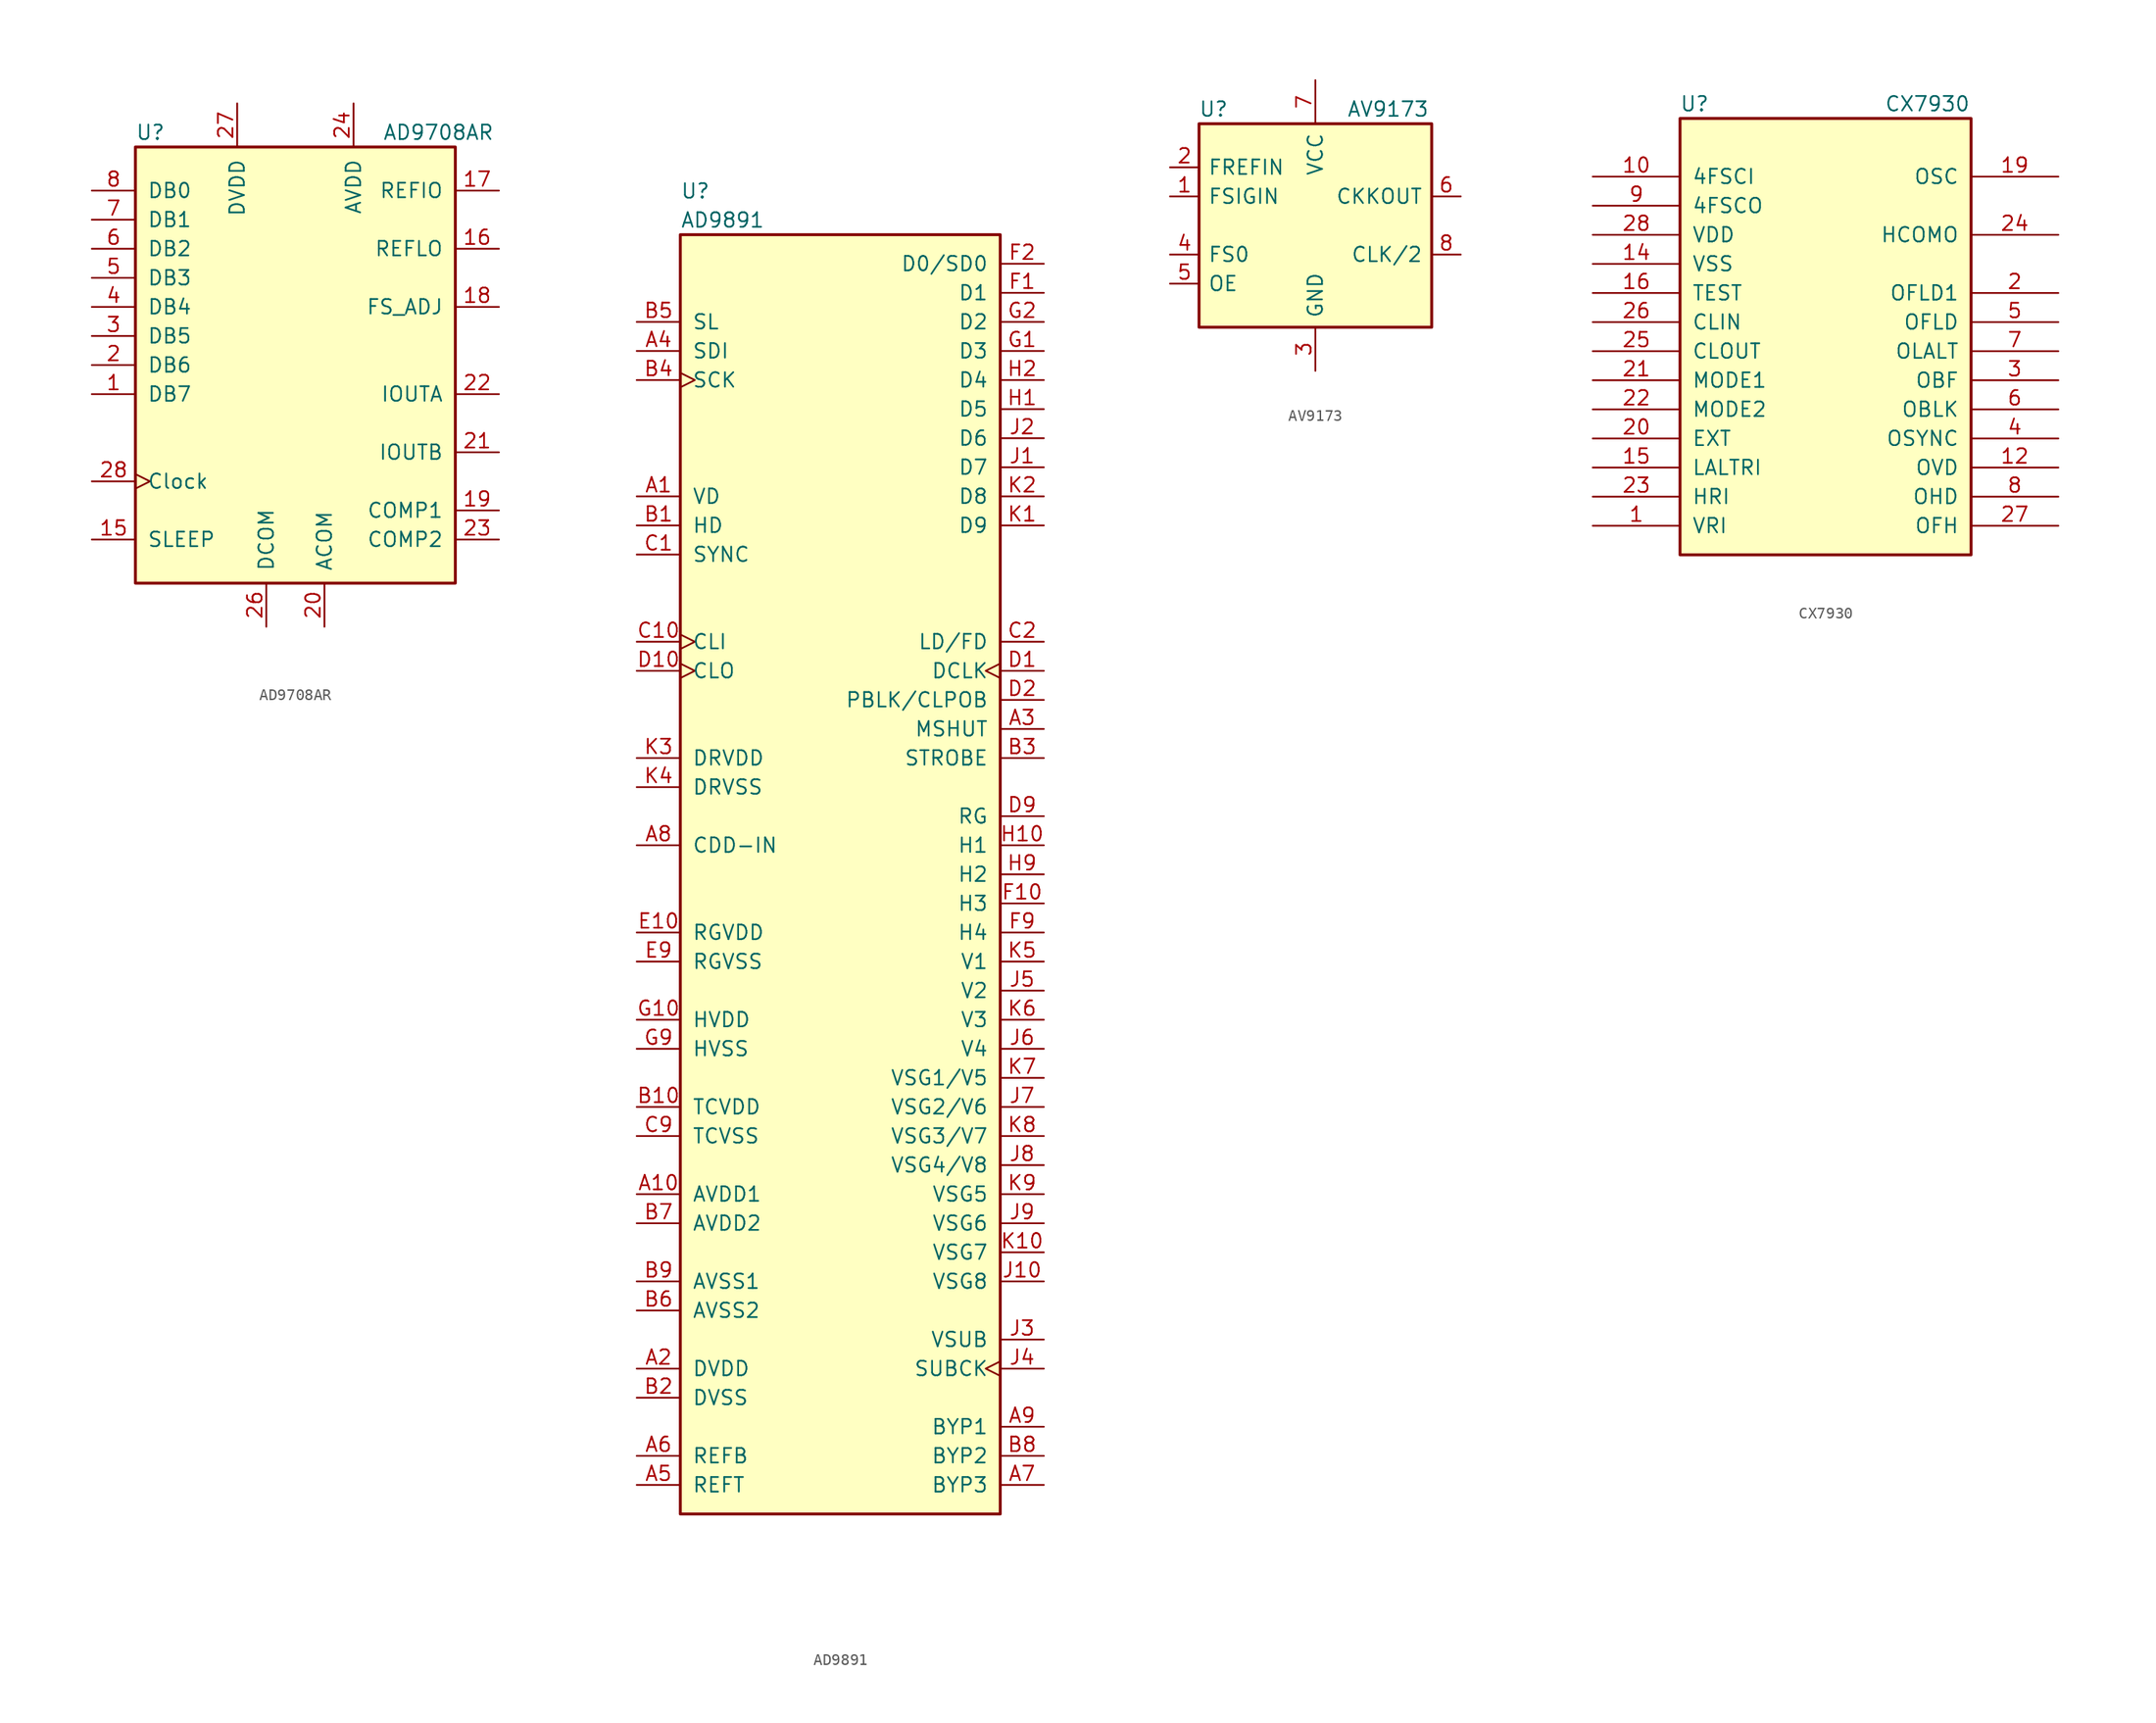
<source format=kicad_sym>
(kicad_symbol_lib
  (version 20201005)
  (generator kicad_symbol_editor)
  (symbol "AD9708AR"
    (pin_names
      (offset 1.016))
    (property "Reference" "U"
      (at -13.97 20.32 0)
      (effects (font (size 1.27 1.27)) (justify left)))
    (property "Value" "AD9708AR"
      (at 7.62 20.32 0)
      (effects (font (size 1.27 1.27)) (justify left)))
    (symbol "AD9708AR_0_1"
      (rectangle (start -13.97 19.05) (end 13.97 -19.05) (stroke (width 0.254)) (fill (type background))))
    (symbol "AD9708AR_1_1"
      (pin input line (at -17.78 -2.54 0) (length 3.81) (name "DB7" (effects (font (size 1.27 1.27)))) (number "1" (effects (font (size 1.27 1.27)))))
      (pin input line (at -17.78 -15.24 0) (length 3.81) (name "SLEEP" (effects (font (size 1.27 1.27)))) (number "15" (effects (font (size 1.27 1.27)))))
      (pin power_in line (at 17.78 10.16 180) (length 3.81) (name "REFLO" (effects (font (size 1.27 1.27)))) (number "16" (effects (font (size 1.27 1.27)))))
      (pin bidirectional line (at 17.78 15.24 180) (length 3.81) (name "REFIO" (effects (font (size 1.27 1.27)))) (number "17" (effects (font (size 1.27 1.27)))))
      (pin output line (at 17.78 5.08 180) (length 3.81) (name "FS_ADJ" (effects (font (size 1.27 1.27)))) (number "18" (effects (font (size 1.27 1.27)))))
      (pin bidirectional line (at 17.78 -12.7 180) (length 3.81) (name "COMP1" (effects (font (size 1.27 1.27)))) (number "19" (effects (font (size 1.27 1.27)))))
      (pin input line (at -17.78 0 0) (length 3.81) (name "DB6" (effects (font (size 1.27 1.27)))) (number "2" (effects (font (size 1.27 1.27)))))
      (pin power_in line (at 2.54 -22.86 90) (length 3.81) (name "ACOM" (effects (font (size 1.27 1.27)))) (number "20" (effects (font (size 1.27 1.27)))))
      (pin output line (at 17.78 -7.62 180) (length 3.81) (name "IOUTB" (effects (font (size 1.27 1.27)))) (number "21" (effects (font (size 1.27 1.27)))))
      (pin output line (at 17.78 -2.54 180) (length 3.81) (name "IOUTA" (effects (font (size 1.27 1.27)))) (number "22" (effects (font (size 1.27 1.27)))))
      (pin bidirectional line (at 17.78 -15.24 180) (length 3.81) (name "COMP2" (effects (font (size 1.27 1.27)))) (number "23" (effects (font (size 1.27 1.27)))))
      (pin power_in line (at 5.08 22.86 270) (length 3.81) (name "AVDD" (effects (font (size 1.27 1.27)))) (number "24" (effects (font (size 1.27 1.27)))))
      (pin power_in line (at -2.54 -22.86 90) (length 3.81) (name "DCOM" (effects (font (size 1.27 1.27)))) (number "26" (effects (font (size 1.27 1.27)))))
      (pin power_in line (at -5.08 22.86 270) (length 3.81) (name "DVDD" (effects (font (size 1.27 1.27)))) (number "27" (effects (font (size 1.27 1.27)))))
      (pin input clock (at -17.78 -10.16 0) (length 3.81) (name "Clock" (effects (font (size 1.27 1.27)))) (number "28" (effects (font (size 1.27 1.27)))))
      (pin input line (at -17.78 2.54 0) (length 3.81) (name "DB5" (effects (font (size 1.27 1.27)))) (number "3" (effects (font (size 1.27 1.27)))))
      (pin input line (at -17.78 5.08 0) (length 3.81) (name "DB4" (effects (font (size 1.27 1.27)))) (number "4" (effects (font (size 1.27 1.27)))))
      (pin input line (at -17.78 7.62 0) (length 3.81) (name "DB3" (effects (font (size 1.27 1.27)))) (number "5" (effects (font (size 1.27 1.27)))))
      (pin input line (at -17.78 10.16 0) (length 3.81) (name "DB2" (effects (font (size 1.27 1.27)))) (number "6" (effects (font (size 1.27 1.27)))))
      (pin input line (at -17.78 12.7 0) (length 3.81) (name "DB1" (effects (font (size 1.27 1.27)))) (number "7" (effects (font (size 1.27 1.27)))))
      (pin input line (at -17.78 15.24 0) (length 3.81) (name "DB0" (effects (font (size 1.27 1.27)))) (number "8" (effects (font (size 1.27 1.27)))))))
  (symbol "AD9891"
    (pin_names
      (offset 1.016))
    (property "Reference" "U"
      (at -13.97 59.69 0)
      (effects (font (size 1.27 1.27)) (justify left)))
    (property "Value" "AD9891"
      (at -13.97 57.15 0)
      (effects (font (size 1.27 1.27)) (justify left)))
    (symbol "AD9891_0_1"
      (rectangle (start 13.97 -55.88) (end -13.97 55.88) (stroke (width 0.254)) (fill (type background))))
    (symbol "AD9891_1_1"
      (pin bidirectional line (at -17.78 33.02 0) (length 3.81) (name "VD" (effects (font (size 1.27 1.27)))) (number "A1" (effects (font (size 1.27 1.27)))))
      (pin power_in line (at -17.78 -27.94 0) (length 3.81) (name "AVDD1" (effects (font (size 1.27 1.27)))) (number "A10" (effects (font (size 1.27 1.27)))))
      (pin power_in line (at -17.78 -43.18 0) (length 3.81) (name "DVDD" (effects (font (size 1.27 1.27)))) (number "A2" (effects (font (size 1.27 1.27)))))
      (pin output line (at 17.78 12.7 180) (length 3.81) (name "MSHUT" (effects (font (size 1.27 1.27)))) (number "A3" (effects (font (size 1.27 1.27)))))
      (pin input line (at -17.78 45.72 0) (length 3.81) (name "SDI" (effects (font (size 1.27 1.27)))) (number "A4" (effects (font (size 1.27 1.27)))))
      (pin output line (at -17.78 -53.34 0) (length 3.81) (name "REFT" (effects (font (size 1.27 1.27)))) (number "A5" (effects (font (size 1.27 1.27)))))
      (pin output line (at -17.78 -50.8 0) (length 3.81) (name "REFB" (effects (font (size 1.27 1.27)))) (number "A6" (effects (font (size 1.27 1.27)))))
      (pin output line (at 17.78 -53.34 180) (length 3.81) (name "BYP3" (effects (font (size 1.27 1.27)))) (number "A7" (effects (font (size 1.27 1.27)))))
      (pin input line (at -17.78 2.54 0) (length 3.81) (name "CDD-IN" (effects (font (size 1.27 1.27)))) (number "A8" (effects (font (size 1.27 1.27)))))
      (pin output line (at 17.78 -48.26 180) (length 3.81) (name "BYP1" (effects (font (size 1.27 1.27)))) (number "A9" (effects (font (size 1.27 1.27)))))
      (pin bidirectional line (at -17.78 30.48 0) (length 3.81) (name "HD" (effects (font (size 1.27 1.27)))) (number "B1" (effects (font (size 1.27 1.27)))))
      (pin power_in line (at -17.78 -20.32 0) (length 3.81) (name "TCVDD" (effects (font (size 1.27 1.27)))) (number "B10" (effects (font (size 1.27 1.27)))))
      (pin power_in line (at -17.78 -45.72 0) (length 3.81) (name "DVSS" (effects (font (size 1.27 1.27)))) (number "B2" (effects (font (size 1.27 1.27)))))
      (pin output line (at 17.78 10.16 180) (length 3.81) (name "STROBE" (effects (font (size 1.27 1.27)))) (number "B3" (effects (font (size 1.27 1.27)))))
      (pin input clock (at -17.78 43.18 0) (length 3.81) (name "SCK" (effects (font (size 1.27 1.27)))) (number "B4" (effects (font (size 1.27 1.27)))))
      (pin input line (at -17.78 48.26 0) (length 3.81) (name "SL" (effects (font (size 1.27 1.27)))) (number "B5" (effects (font (size 1.27 1.27)))))
      (pin power_in line (at -17.78 -38.1 0) (length 3.81) (name "AVSS2" (effects (font (size 1.27 1.27)))) (number "B6" (effects (font (size 1.27 1.27)))))
      (pin power_in line (at -17.78 -30.48 0) (length 3.81) (name "AVDD2" (effects (font (size 1.27 1.27)))) (number "B7" (effects (font (size 1.27 1.27)))))
      (pin output line (at 17.78 -50.8 180) (length 3.81) (name "BYP2" (effects (font (size 1.27 1.27)))) (number "B8" (effects (font (size 1.27 1.27)))))
      (pin power_in line (at -17.78 -35.56 0) (length 3.81) (name "AVSS1" (effects (font (size 1.27 1.27)))) (number "B9" (effects (font (size 1.27 1.27)))))
      (pin input line (at -17.78 27.94 0) (length 3.81) (name "SYNC" (effects (font (size 1.27 1.27)))) (number "C1" (effects (font (size 1.27 1.27)))))
      (pin input clock (at -17.78 20.32 0) (length 3.81) (name "CLI" (effects (font (size 1.27 1.27)))) (number "C10" (effects (font (size 1.27 1.27)))))
      (pin output line (at 17.78 20.32 180) (length 3.81) (name "LD/FD" (effects (font (size 1.27 1.27)))) (number "C2" (effects (font (size 1.27 1.27)))))
      (pin power_in line (at -17.78 -22.86 0) (length 3.81) (name "TCVSS" (effects (font (size 1.27 1.27)))) (number "C9" (effects (font (size 1.27 1.27)))))
      (pin output clock (at 17.78 17.78 180) (length 3.81) (name "DCLK" (effects (font (size 1.27 1.27)))) (number "D1" (effects (font (size 1.27 1.27)))))
      (pin output clock (at -17.78 17.78 0) (length 3.81) (name "CLO" (effects (font (size 1.27 1.27)))) (number "D10" (effects (font (size 1.27 1.27)))))
      (pin output line (at 17.78 15.24 180) (length 3.81) (name "PBLK/CLPOB" (effects (font (size 1.27 1.27)))) (number "D2" (effects (font (size 1.27 1.27)))))
      (pin output line (at 17.78 5.08 180) (length 3.81) (name "RG" (effects (font (size 1.27 1.27)))) (number "D9" (effects (font (size 1.27 1.27)))))
      (pin power_in line (at -17.78 -5.08 0) (length 3.81) (name "RGVDD" (effects (font (size 1.27 1.27)))) (number "E10" (effects (font (size 1.27 1.27)))))
      (pin power_in line (at -17.78 -7.62 0) (length 3.81) (name "RGVSS" (effects (font (size 1.27 1.27)))) (number "E9" (effects (font (size 1.27 1.27)))))
      (pin output line (at 17.78 50.8 180) (length 3.81) (name "D1" (effects (font (size 1.27 1.27)))) (number "F1" (effects (font (size 1.27 1.27)))))
      (pin output line (at 17.78 -2.54 180) (length 3.81) (name "H3" (effects (font (size 1.27 1.27)))) (number "F10" (effects (font (size 1.27 1.27)))))
      (pin output line (at 17.78 53.34 180) (length 3.81) (name "D0/SD0" (effects (font (size 1.27 1.27)))) (number "F2" (effects (font (size 1.27 1.27)))))
      (pin output line (at 17.78 -5.08 180) (length 3.81) (name "H4" (effects (font (size 1.27 1.27)))) (number "F9" (effects (font (size 1.27 1.27)))))
      (pin output line (at 17.78 45.72 180) (length 3.81) (name "D3" (effects (font (size 1.27 1.27)))) (number "G1" (effects (font (size 1.27 1.27)))))
      (pin power_in line (at -17.78 -12.7 0) (length 3.81) (name "HVDD" (effects (font (size 1.27 1.27)))) (number "G10" (effects (font (size 1.27 1.27)))))
      (pin output line (at 17.78 48.26 180) (length 3.81) (name "D2" (effects (font (size 1.27 1.27)))) (number "G2" (effects (font (size 1.27 1.27)))))
      (pin power_in line (at -17.78 -15.24 0) (length 3.81) (name "HVSS" (effects (font (size 1.27 1.27)))) (number "G9" (effects (font (size 1.27 1.27)))))
      (pin output line (at 17.78 40.64 180) (length 3.81) (name "D5" (effects (font (size 1.27 1.27)))) (number "H1" (effects (font (size 1.27 1.27)))))
      (pin output line (at 17.78 2.54 180) (length 3.81) (name "H1" (effects (font (size 1.27 1.27)))) (number "H10" (effects (font (size 1.27 1.27)))))
      (pin output line (at 17.78 43.18 180) (length 3.81) (name "D4" (effects (font (size 1.27 1.27)))) (number "H2" (effects (font (size 1.27 1.27)))))
      (pin output line (at 17.78 0 180) (length 3.81) (name "H2" (effects (font (size 1.27 1.27)))) (number "H9" (effects (font (size 1.27 1.27)))))
      (pin output line (at 17.78 35.56 180) (length 3.81) (name "D7" (effects (font (size 1.27 1.27)))) (number "J1" (effects (font (size 1.27 1.27)))))
      (pin output line (at 17.78 -35.56 180) (length 3.81) (name "VSG8" (effects (font (size 1.27 1.27)))) (number "J10" (effects (font (size 1.27 1.27)))))
      (pin output line (at 17.78 38.1 180) (length 3.81) (name "D6" (effects (font (size 1.27 1.27)))) (number "J2" (effects (font (size 1.27 1.27)))))
      (pin output line (at 17.78 -40.64 180) (length 3.81) (name "VSUB" (effects (font (size 1.27 1.27)))) (number "J3" (effects (font (size 1.27 1.27)))))
      (pin output clock (at 17.78 -43.18 180) (length 3.81) (name "SUBCK" (effects (font (size 1.27 1.27)))) (number "J4" (effects (font (size 1.27 1.27)))))
      (pin output line (at 17.78 -10.16 180) (length 3.81) (name "V2" (effects (font (size 1.27 1.27)))) (number "J5" (effects (font (size 1.27 1.27)))))
      (pin output line (at 17.78 -15.24 180) (length 3.81) (name "V4" (effects (font (size 1.27 1.27)))) (number "J6" (effects (font (size 1.27 1.27)))))
      (pin output line (at 17.78 -20.32 180) (length 3.81) (name "VSG2/V6" (effects (font (size 1.27 1.27)))) (number "J7" (effects (font (size 1.27 1.27)))))
      (pin output line (at 17.78 -25.4 180) (length 3.81) (name "VSG4/V8" (effects (font (size 1.27 1.27)))) (number "J8" (effects (font (size 1.27 1.27)))))
      (pin output line (at 17.78 -30.48 180) (length 3.81) (name "VSG6" (effects (font (size 1.27 1.27)))) (number "J9" (effects (font (size 1.27 1.27)))))
      (pin input line (at 17.78 30.48 180) (length 3.81) (name "D9" (effects (font (size 1.27 1.27)))) (number "K1" (effects (font (size 1.27 1.27)))))
      (pin output line (at 17.78 -33.02 180) (length 3.81) (name "VSG7" (effects (font (size 1.27 1.27)))) (number "K10" (effects (font (size 1.27 1.27)))))
      (pin output line (at 17.78 33.02 180) (length 3.81) (name "D8" (effects (font (size 1.27 1.27)))) (number "K2" (effects (font (size 1.27 1.27)))))
      (pin power_out line (at -17.78 10.16 0) (length 3.81) (name "DRVDD" (effects (font (size 1.27 1.27)))) (number "K3" (effects (font (size 1.27 1.27)))))
      (pin power_out line (at -17.78 7.62 0) (length 3.81) (name "DRVSS" (effects (font (size 1.27 1.27)))) (number "K4" (effects (font (size 1.27 1.27)))))
      (pin output line (at 17.78 -7.62 180) (length 3.81) (name "V1" (effects (font (size 1.27 1.27)))) (number "K5" (effects (font (size 1.27 1.27)))))
      (pin output line (at 17.78 -12.7 180) (length 3.81) (name "V3" (effects (font (size 1.27 1.27)))) (number "K6" (effects (font (size 1.27 1.27)))))
      (pin output line (at 17.78 -17.78 180) (length 3.81) (name "VSG1/V5" (effects (font (size 1.27 1.27)))) (number "K7" (effects (font (size 1.27 1.27)))))
      (pin output line (at 17.78 -22.86 180) (length 3.81) (name "VSG3/V7" (effects (font (size 1.27 1.27)))) (number "K8" (effects (font (size 1.27 1.27)))))
      (pin output line (at 17.78 -27.94 180) (length 3.81) (name "VSG5" (effects (font (size 1.27 1.27)))) (number "K9" (effects (font (size 1.27 1.27)))))))
  (symbol "AV9173"
    (pin_names
      (offset 0.762))
    (property "Reference" "U"
      (at -8.89 10.16 0)
      (effects (font (size 1.27 1.27))))
    (property "Value" "AV9173"
      (at 6.35 10.16 0)
      (effects (font (size 1.27 1.27))))
    (symbol "AV9173_0_1"
      (rectangle (start -10.16 8.89) (end 10.16 -8.89) (stroke (width 0.254)) (fill (type background))))
    (symbol "AV9173_1_1"
      (pin input line (at -12.7 2.54 0) (length 2.54) (name "FSIGIN" (effects (font (size 1.27 1.27)))) (number "1" (effects (font (size 1.27 1.27)))))
      (pin input line (at -12.7 5.08 0) (length 2.54) (name "FREFIN" (effects (font (size 1.27 1.27)))) (number "2" (effects (font (size 1.27 1.27)))))
      (pin input line (at 0 -12.7 90) (length 3.81) (name "GND" (effects (font (size 1.27 1.27)))) (number "3" (effects (font (size 1.27 1.27)))))
      (pin input line (at -12.7 -2.54 0) (length 2.54) (name "FS0" (effects (font (size 1.27 1.27)))) (number "4" (effects (font (size 1.27 1.27)))))
      (pin input line (at -12.7 -5.08 0) (length 2.54) (name "OE" (effects (font (size 1.27 1.27)))) (number "5" (effects (font (size 1.27 1.27)))))
      (pin tri_state line (at 12.7 2.54 180) (length 2.54) (name "CKKOUT" (effects (font (size 1.27 1.27)))) (number "6" (effects (font (size 1.27 1.27)))))
      (pin input line (at 0 12.7 270) (length 3.81) (name "VCC" (effects (font (size 1.27 1.27)))) (number "7" (effects (font (size 1.27 1.27)))))
      (pin tri_state line (at 12.7 -2.54 180) (length 2.54) (name "CLK/2" (effects (font (size 1.27 1.27)))) (number "8" (effects (font (size 1.27 1.27)))))))
  (symbol "CX7930"
    (pin_names
      (offset 1.016))
    (property "Reference" "U"
      (at -11.43 20.32 0)
      (effects (font (size 1.27 1.27))))
    (property "Value" "CX7930"
      (at 8.89 20.32 0)
      (effects (font (size 1.27 1.27))))
    (symbol "CX7930_0_1"
      (rectangle (start -12.7 -19.05) (end 12.7 19.05) (stroke (width 0.254)) (fill (type background))))
    (symbol "CX7930_1_1"
      (pin input line (at -20.32 -16.51 0) (length 7.62) (name "VRI" (effects (font (size 1.27 1.27)))) (number "1" (effects (font (size 1.27 1.27)))))
      (pin input line (at -20.32 13.97 0) (length 7.62) (name "4FSCI" (effects (font (size 1.27 1.27)))) (number "10" (effects (font (size 1.27 1.27)))))
      (pin output line (at 20.32 -11.43 180) (length 7.62) (name "OVD" (effects (font (size 1.27 1.27)))) (number "12" (effects (font (size 1.27 1.27)))))
      (pin input line (at -20.32 6.35 0) (length 7.62) (name "VSS" (effects (font (size 1.27 1.27)))) (number "14" (effects (font (size 1.27 1.27)))))
      (pin input line (at -20.32 -11.43 0) (length 7.62) (name "LALTRI" (effects (font (size 1.27 1.27)))) (number "15" (effects (font (size 1.27 1.27)))))
      (pin input line (at -20.32 3.81 0) (length 7.62) (name "TEST" (effects (font (size 1.27 1.27)))) (number "16" (effects (font (size 1.27 1.27)))))
      (pin output line (at 20.32 13.97 180) (length 7.62) (name "OSC" (effects (font (size 1.27 1.27)))) (number "19" (effects (font (size 1.27 1.27)))))
      (pin output line (at 20.32 3.81 180) (length 7.62) (name "OFLD1" (effects (font (size 1.27 1.27)))) (number "2" (effects (font (size 1.27 1.27)))))
      (pin input line (at -20.32 -8.89 0) (length 7.62) (name "EXT" (effects (font (size 1.27 1.27)))) (number "20" (effects (font (size 1.27 1.27)))))
      (pin input line (at -20.32 -3.81 0) (length 7.62) (name "MODE1" (effects (font (size 1.27 1.27)))) (number "21" (effects (font (size 1.27 1.27)))))
      (pin input line (at -20.32 -6.35 0) (length 7.62) (name "MODE2" (effects (font (size 1.27 1.27)))) (number "22" (effects (font (size 1.27 1.27)))))
      (pin input line (at -20.32 -13.97 0) (length 7.62) (name "HRI" (effects (font (size 1.27 1.27)))) (number "23" (effects (font (size 1.27 1.27)))))
      (pin output line (at 20.32 8.89 180) (length 7.62) (name "HCOMO" (effects (font (size 1.27 1.27)))) (number "24" (effects (font (size 1.27 1.27)))))
      (pin output line (at -20.32 -1.27 0) (length 7.62) (name "CLOUT" (effects (font (size 1.27 1.27)))) (number "25" (effects (font (size 1.27 1.27)))))
      (pin input line (at -20.32 1.27 0) (length 7.62) (name "CLIN" (effects (font (size 1.27 1.27)))) (number "26" (effects (font (size 1.27 1.27)))))
      (pin output line (at 20.32 -16.51 180) (length 7.62) (name "OFH" (effects (font (size 1.27 1.27)))) (number "27" (effects (font (size 1.27 1.27)))))
      (pin input line (at -20.32 8.89 0) (length 7.62) (name "VDD" (effects (font (size 1.27 1.27)))) (number "28" (effects (font (size 1.27 1.27)))))
      (pin output line (at 20.32 -3.81 180) (length 7.62) (name "OBF" (effects (font (size 1.27 1.27)))) (number "3" (effects (font (size 1.27 1.27)))))
      (pin output line (at 20.32 -8.89 180) (length 7.62) (name "OSYNC" (effects (font (size 1.27 1.27)))) (number "4" (effects (font (size 1.27 1.27)))))
      (pin output line (at 20.32 1.27 180) (length 7.62) (name "OFLD" (effects (font (size 1.27 1.27)))) (number "5" (effects (font (size 1.27 1.27)))))
      (pin output line (at 20.32 -6.35 180) (length 7.62) (name "OBLK" (effects (font (size 1.27 1.27)))) (number "6" (effects (font (size 1.27 1.27)))))
      (pin output line (at 20.32 -1.27 180) (length 7.62) (name "OLALT" (effects (font (size 1.27 1.27)))) (number "7" (effects (font (size 1.27 1.27)))))
      (pin output line (at 20.32 -13.97 180) (length 7.62) (name "OHD" (effects (font (size 1.27 1.27)))) (number "8" (effects (font (size 1.27 1.27)))))
      (pin output line (at -20.32 11.43 0) (length 7.62) (name "4FSCO" (effects (font (size 1.27 1.27)))) (number "9" (effects (font (size 1.27 1.27))))))))
</source>
